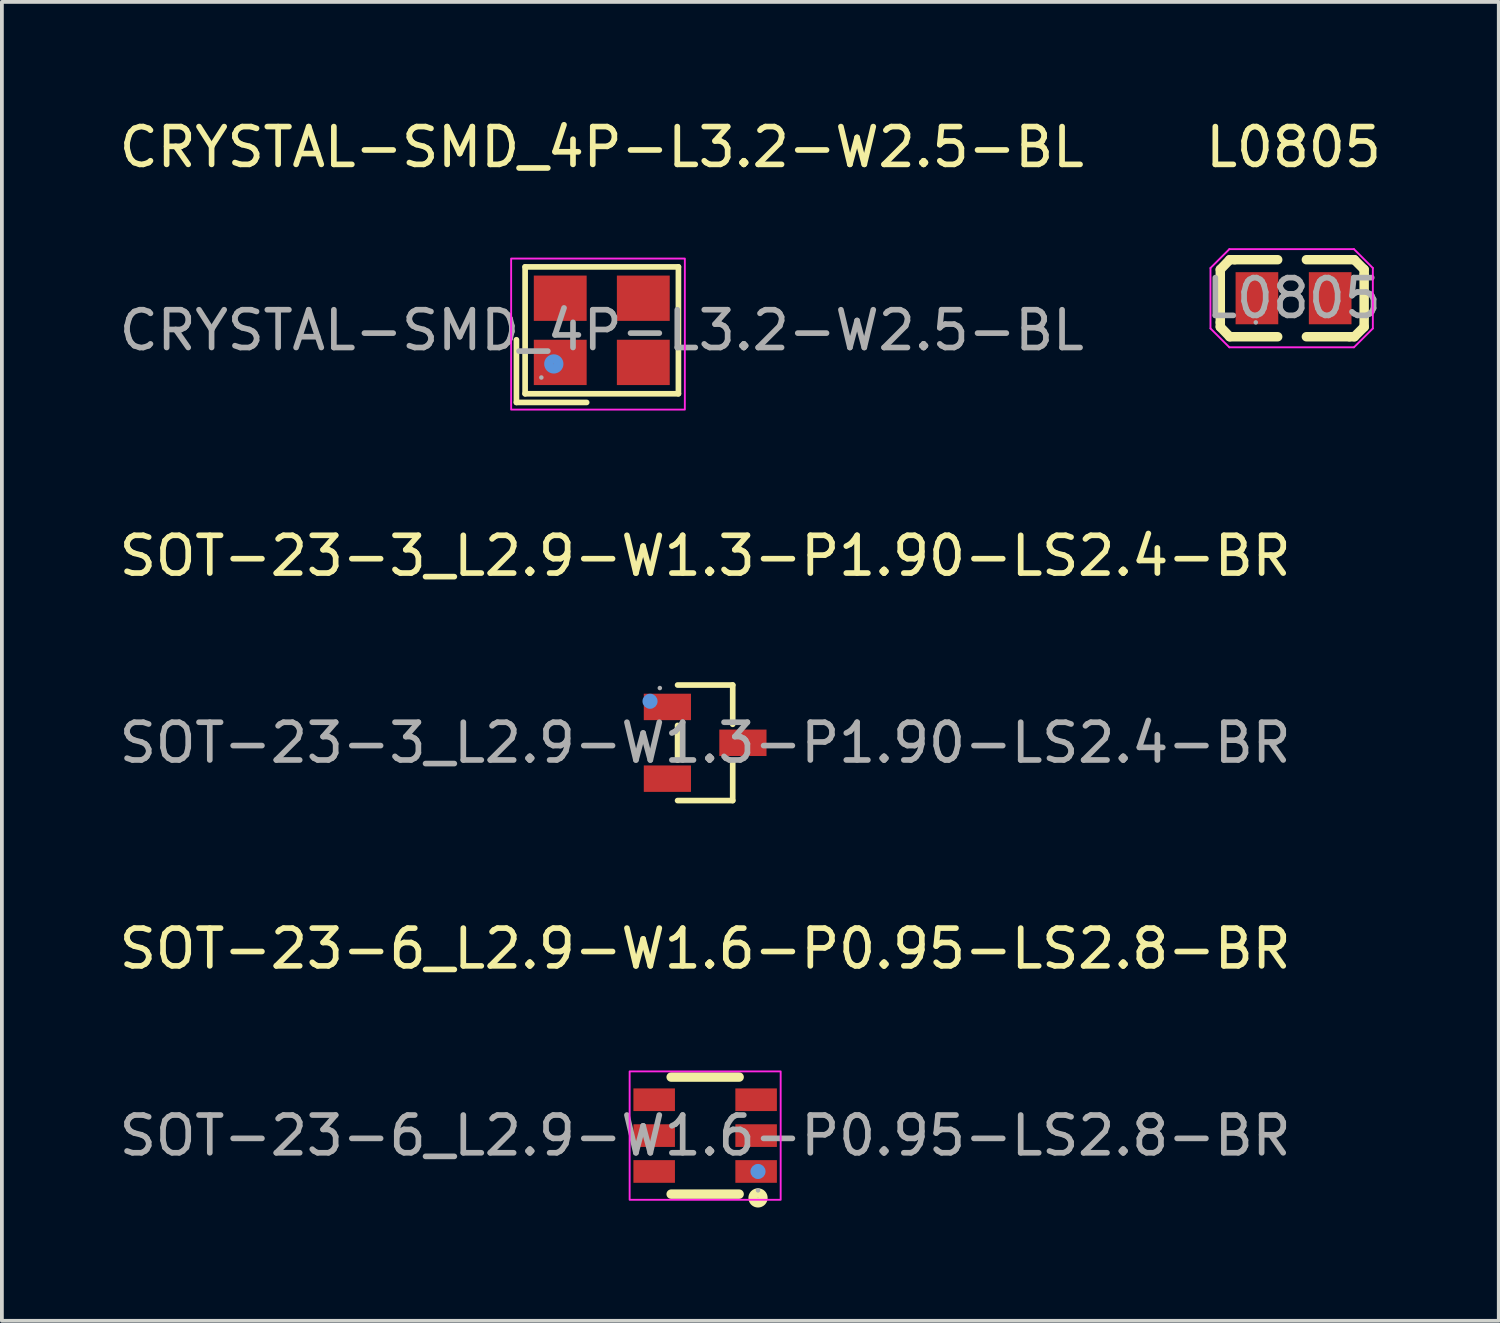
<source format=kicad_pcb>
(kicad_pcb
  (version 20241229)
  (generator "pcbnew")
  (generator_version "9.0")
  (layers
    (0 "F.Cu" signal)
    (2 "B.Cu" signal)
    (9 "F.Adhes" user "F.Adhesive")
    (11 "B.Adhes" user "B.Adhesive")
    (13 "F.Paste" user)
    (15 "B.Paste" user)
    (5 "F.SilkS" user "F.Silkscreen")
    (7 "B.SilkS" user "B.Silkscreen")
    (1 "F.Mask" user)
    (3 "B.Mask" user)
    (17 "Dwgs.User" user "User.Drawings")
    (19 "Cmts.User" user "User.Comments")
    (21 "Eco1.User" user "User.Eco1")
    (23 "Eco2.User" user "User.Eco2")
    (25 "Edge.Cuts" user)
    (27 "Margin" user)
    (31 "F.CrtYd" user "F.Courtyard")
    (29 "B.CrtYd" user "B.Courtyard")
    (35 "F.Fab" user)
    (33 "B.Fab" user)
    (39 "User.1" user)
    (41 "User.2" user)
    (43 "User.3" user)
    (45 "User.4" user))
  (footprint "SOT-23-3_L2.9-W1.3-P1.90-LS2.4-BR"
    (layer "F.Cu")
    (at 15.625 16.622)
    (property "Reference" "SOT-23-3_L2.9-W1.3-P1.90-LS2.4-BR" (at 0 -4.95 0) (layer "F.SilkS") (effects (font (size 1 1) (thickness 0.15))))
    (attr smd)
    (fp_line (start -0.73 -1.53) (end 0.73 -1.53) (stroke (width 0.15) (type solid)) (layer "F.SilkS"))
    (fp_line (start -0.73 0.46) (end -0.73 -0.46) (stroke (width 0.15) (type solid)) (layer "F.SilkS"))
    (fp_line (start -0.73 1.53) (end 0.73 1.53) (stroke (width 0.15) (type solid)) (layer "F.SilkS"))
    (fp_line (start 0.73 -1.53) (end 0.73 -0.49) (stroke (width 0.15) (type solid)) (layer "F.SilkS"))
    (fp_line (start 0.73 1.53) (end 0.73 0.49) (stroke (width 0.15) (type solid)) (layer "F.SilkS"))
    (fp_circle (center -1.46 -1.1) (end -1.56 -1.1) (stroke (width 0.2) (type solid)) (fill no) (layer "Cmts.User"))
    (fp_circle (center -1.2 -1.45) (end -1.23 -1.45) (stroke (width 0.06) (type solid)) (fill no) (layer "F.Fab"))
    (fp_text user "${REFERENCE}" (at 0 0 0) (layer "F.Fab") (effects (font (size 1 1) (thickness 0.15))))
    (pad "1" smd rect (at -1 -0.95 180) (size 1.25 0.7) (layers "F.Cu" "F.Mask" "F.Paste"))
    (pad "2" smd rect (at -1 0.95 180) (size 1.25 0.7) (layers "F.Cu" "F.Mask" "F.Paste"))
    (pad "3" smd rect (at 1 0 180) (size 1.25 0.7) (layers "F.Cu" "F.Mask" "F.Paste")))
  (footprint "SOT-23-6_L2.9-W1.6-P0.95-LS2.8-BR"
    (layer "F.Cu")
    (at 15.625 27.025)
    (property "Reference" "SOT-23-6_L2.9-W1.6-P0.95-LS2.8-BR" (at 0 -4.95 0) (layer "F.SilkS") (effects (font (size 1 1) (thickness 0.15))))
    (attr smd)
    (fp_line (start -0.9 -1.55) (end 0.9 -1.55) (stroke (width 0.25) (type solid)) (layer "F.SilkS"))
    (fp_line (start -0.9 1.55) (end 0.9 1.55) (stroke (width 0.25) (type solid)) (layer "F.SilkS"))
    (fp_circle (center 1.4 1.65) (end 1.53 1.65) (stroke (width 0.25) (type solid)) (fill no) (layer "F.SilkS"))
    (fp_circle (center 1.4 0.95) (end 1.5 0.95) (stroke (width 0.2) (type solid)) (fill no) (layer "Cmts.User"))
    (fp_rect (start -2 -1.7) (end 2 1.7) (stroke (width 0.05) (type default)) (fill no) (layer "F.CrtYd"))
    (fp_circle (center 1.4 1.45) (end 1.43 1.45) (stroke (width 0.06) (type solid)) (fill no) (layer "F.Fab"))
    (fp_text user "${REFERENCE}" (at 0 0 0) (layer "F.Fab") (effects (font (size 1 1) (thickness 0.15))))
    (pad "1" smd rect (at 1.35 0.95) (size 1.1 0.6) (layers "F.Cu" "F.Mask" "F.Paste"))
    (pad "2" smd rect (at 1.35 0) (size 1.1 0.6) (layers "F.Cu" "F.Mask" "F.Paste"))
    (pad "3" smd rect (at 1.35 -0.95) (size 1.1 0.6) (layers "F.Cu" "F.Mask" "F.Paste"))
    (pad "4" smd rect (at -1.35 -0.95) (size 1.1 0.6) (layers "F.Cu" "F.Mask" "F.Paste"))
    (pad "5" smd rect (at -1.35 0) (size 1.1 0.6) (layers "F.Cu" "F.Mask" "F.Paste"))
    (pad "6" smd rect (at -1.35 0.95) (size 1.1 0.6) (layers "F.Cu" "F.Mask" "F.Paste")))
  (footprint "L0805"
    (layer "F.Cu")
    (at 31.208 4.848)
    (property "Reference" "L0805" (at 0 -4 0) (layer "F.SilkS") (effects (font (size 1 1) (thickness 0.15))))
    (attr smd)
    (fp_line (start -1.94 -0.76) (end -1.94 0.64) (stroke (width 0.25) (type solid)) (layer "F.SilkS"))
    (fp_line (start -1.94 0.64) (end -1.94 0.76) (stroke (width 0.25) (type solid)) (layer "F.SilkS"))
    (fp_line (start -1.94 0.76) (end -1.69 1.02) (stroke (width 0.25) (type solid)) (layer "F.SilkS"))
    (fp_line (start -1.69 -1.02) (end -1.94 -0.76) (stroke (width 0.25) (type solid)) (layer "F.SilkS"))
    (fp_line (start -1.69 1.02) (end -0.42 1.02) (stroke (width 0.25) (type solid)) (layer "F.SilkS"))
    (fp_line (start -1.56 -1.02) (end -1.69 -1.02) (stroke (width 0.25) (type solid)) (layer "F.SilkS"))
    (fp_line (start -0.42 -1.02) (end -1.56 -1.02) (stroke (width 0.25) (type solid)) (layer "F.SilkS"))
    (fp_line (start 0.34 1.02) (end 1.48 1.02) (stroke (width 0.25) (type solid)) (layer "F.SilkS"))
    (fp_line (start 1.48 1.02) (end 1.61 1.02) (stroke (width 0.25) (type solid)) (layer "F.SilkS"))
    (fp_line (start 1.61 -1.02) (end 0.34 -1.02) (stroke (width 0.25) (type solid)) (layer "F.SilkS"))
    (fp_line (start 1.61 1.02) (end 1.87 0.76) (stroke (width 0.25) (type solid)) (layer "F.SilkS"))
    (fp_line (start 1.87 -0.76) (end 1.61 -1.02) (stroke (width 0.25) (type solid)) (layer "F.SilkS"))
    (fp_line (start 1.87 -0.63) (end 1.87 -0.76) (stroke (width 0.25) (type solid)) (layer "F.SilkS"))
    (fp_line (start 1.87 0.76) (end 1.87 -0.63) (stroke (width 0.25) (type solid)) (layer "F.SilkS"))
    (fp_line (start -2.2 -0.8) (end -2.2 0.8) (stroke (width 0.05) (type default)) (layer "F.CrtYd"))
    (fp_line (start -2.2 -0.8) (end -1.7 -1.3) (stroke (width 0.05) (type default)) (layer "F.CrtYd"))
    (fp_line (start -2.2 0.8) (end -1.7 1.3) (stroke (width 0.05) (type default)) (layer "F.CrtYd"))
    (fp_line (start -1.7 -1.3) (end 1.6 -1.3) (stroke (width 0.05) (type default)) (layer "F.CrtYd"))
    (fp_line (start -1.7 1.3) (end 1.6 1.3) (stroke (width 0.05) (type default)) (layer "F.CrtYd"))
    (fp_line (start 1.6 -1.3) (end 2.1 -0.8) (stroke (width 0.05) (type default)) (layer "F.CrtYd"))
    (fp_line (start 2.1 -0.8) (end 2.1 0.8) (stroke (width 0.05) (type default)) (layer "F.CrtYd"))
    (fp_line (start 2.1 0.8) (end 1.6 1.3) (stroke (width 0.05) (type default)) (layer "F.CrtYd"))
    (fp_circle (center -1 0.64) (end -0.97 0.64) (stroke (width 0.06) (type solid)) (fill no) (layer "F.Fab"))
    (fp_text user "${REFERENCE}" (at 0 0 0) (layer "F.Fab") (effects (font (size 1 1) (thickness 0.15))))
    (pad "1" smd rect (at -0.97 0) (size 1.13 1.38) (layers "F.Cu" "F.Mask" "F.Paste"))
    (pad "2" smd rect (at 0.97 0) (size 1.13 1.38) (layers "F.Cu" "F.Mask" "F.Paste")))
  (footprint "CRYSTAL-SMD_4P-L3.2-W2.5-BL"
    (layer "F.Cu")
    (at 12.887 5.698)
    (property "Reference" "CRYSTAL-SMD_4P-L3.2-W2.5-BL" (at 0 -4.85 0) (layer "F.SilkS") (effects (font (size 1 1) (thickness 0.15))))
    (attr smd)
    (fp_line (start -2.26 0.25) (end -2.26 1.91) (stroke (width 0.15) (type solid)) (layer "F.SilkS"))
    (fp_line (start -2.26 1.91) (end -0.4 1.91) (stroke (width 0.15) (type solid)) (layer "F.SilkS"))
    (fp_line (start -2.03 -1.68) (end 2.03 -1.68) (stroke (width 0.15) (type solid)) (layer "F.SilkS"))
    (fp_line (start -2.03 1.68) (end -2.03 -1.68) (stroke (width 0.15) (type solid)) (layer "F.SilkS"))
    (fp_line (start 2.03 -1.68) (end 2.03 1.68) (stroke (width 0.15) (type solid)) (layer "F.SilkS"))
    (fp_line (start 2.03 1.68) (end -2.03 1.68) (stroke (width 0.15) (type solid)) (layer "F.SilkS"))
    (fp_circle (center -1.27 0.89) (end -1.14 0.89) (stroke (width 0.25) (type solid)) (fill no) (layer "Cmts.User"))
    (fp_rect (start -2.4 -1.9) (end 2.2 2.1) (stroke (width 0.05) (type default)) (fill no) (layer "F.CrtYd"))
    (fp_circle (center -1.6 1.25) (end -1.57 1.25) (stroke (width 0.06) (type solid)) (fill no) (layer "F.Fab"))
    (fp_text user "${REFERENCE}" (at 0 0 0) (layer "F.Fab") (effects (font (size 1 1) (thickness 0.15))))
    (pad "1" smd rect (at -1.1 0.85) (size 1.4 1.2) (layers "F.Cu" "F.Mask" "F.Paste"))
    (pad "2" smd rect (at 1.1 0.85) (size 1.4 1.2) (layers "F.Cu" "F.Mask" "F.Paste"))
    (pad "3" smd rect (at 1.1 -0.85) (size 1.4 1.2) (layers "F.Cu" "F.Mask" "F.Paste"))
    (pad "4" smd rect (at -1.1 -0.85) (size 1.4 1.2) (layers "F.Cu" "F.Mask" "F.Paste")))
  (gr_rect
    (start -3 -3)
    (end 36.643 31.93)
    (stroke (width 0.1) (type default))
    (fill no)
    (layer "Edge.Cuts")))
</source>
